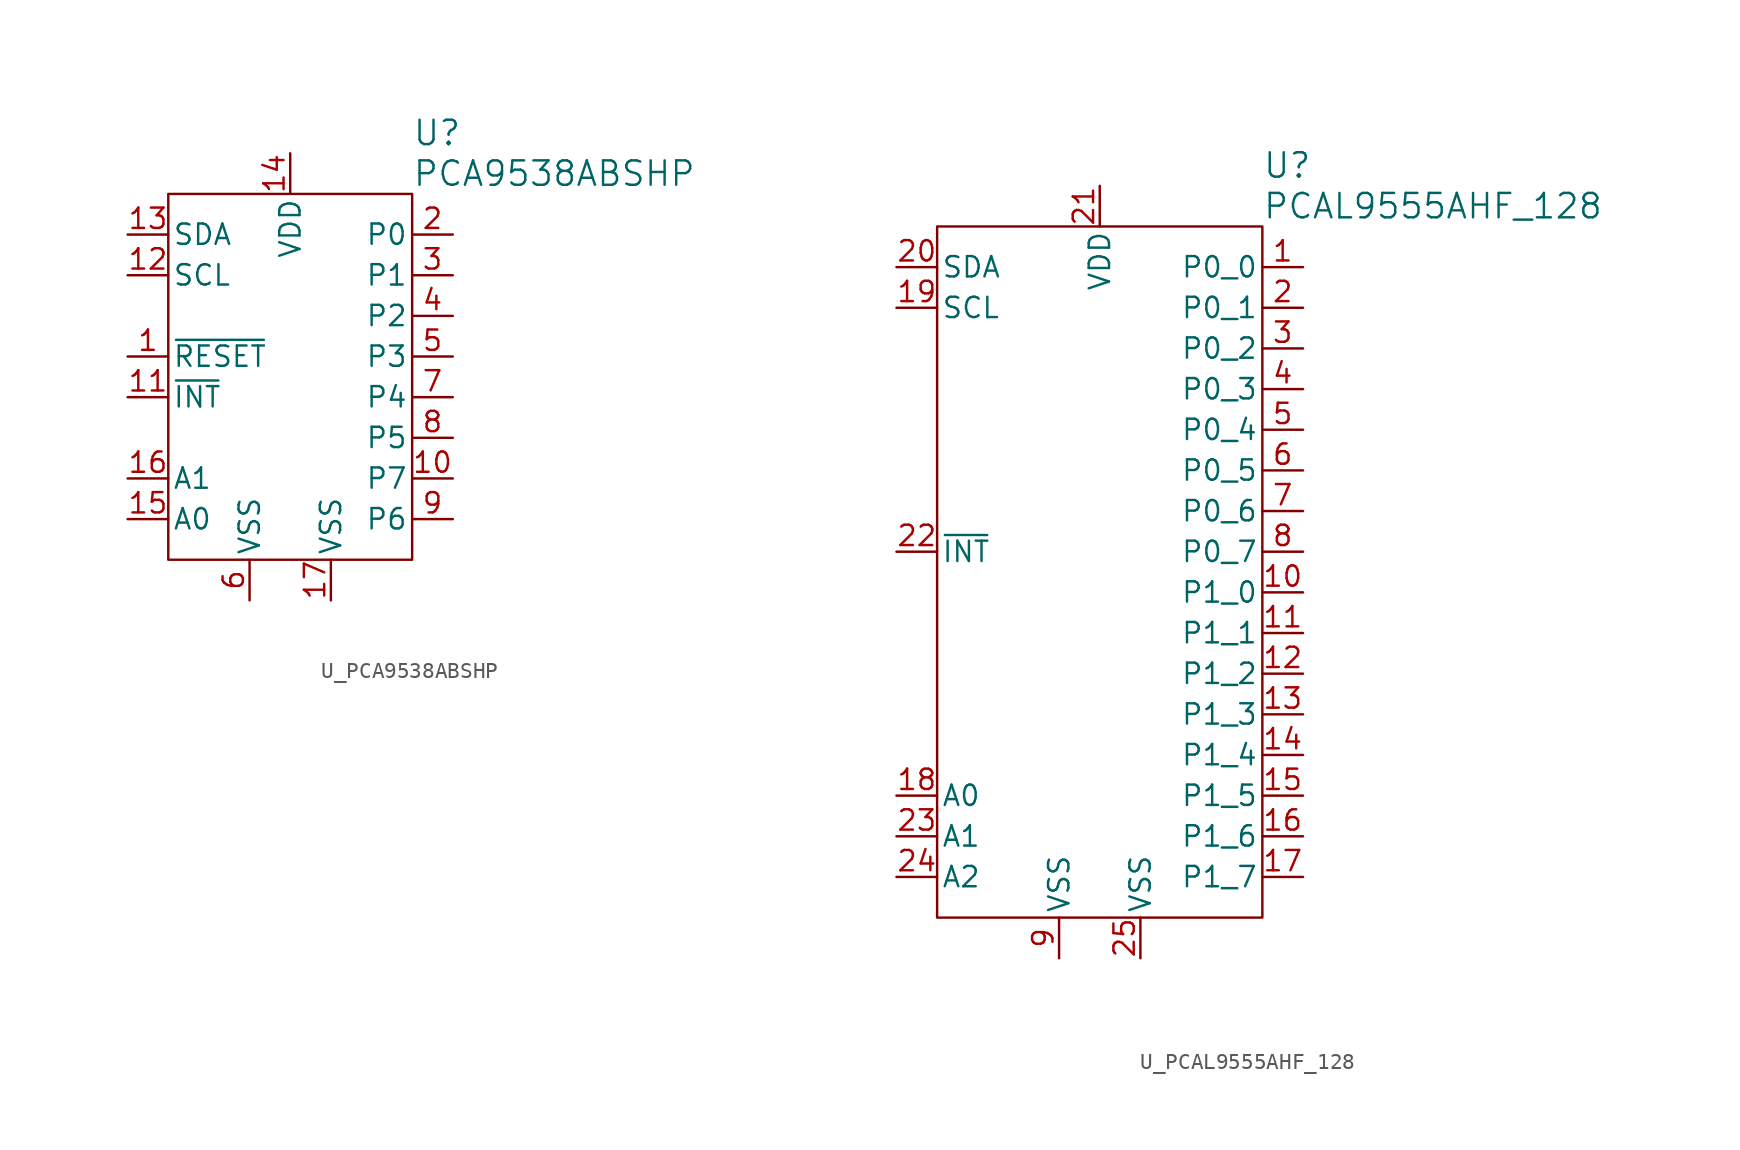
<source format=kicad_sym>
(kicad_symbol_lib
  (version 20241209)
  (generator "kicad_symbol_editor")
  (generator_version "9.0")
  (symbol "U_PCA9538ABSHP"
    (pin_names
      (offset 0.254))
    (property "Reference" "U"
      (at 7.62 15.24 0)
      (effects (font (size 1.524 1.524)) (justify left)))
    (property "Value" "PCA9538ABSHP"
      (at 7.62 12.7 0)
      (effects (font (size 1.524 1.524)) (justify left)))
    (symbol "U_PCA9538ABSHP_0_1"
      (rectangle (start -7.62 11.43) (end 7.62 -11.43) (stroke (width 0) (type default)) (fill (type none)))
      (pin bidirectional line (at -10.16 8.89 0) (length 2.54) (name "SDA" (effects (font (size 1.27 1.27)))) (number "13" (effects (font (size 1.27 1.27)))))
      (pin input line (at -10.16 6.35 0) (length 2.54) (name "SCL" (effects (font (size 1.27 1.27)))) (number "12" (effects (font (size 1.27 1.27)))))
      (pin input line (at -10.16 -6.35 0) (length 2.54) (name "A1" (effects (font (size 1.27 1.27)))) (number "16" (effects (font (size 1.27 1.27)))))
      (pin input line (at -10.16 -8.89 0) (length 2.54) (name "A0" (effects (font (size 1.27 1.27)))) (number "15" (effects (font (size 1.27 1.27)))))
      (pin power_out line (at -2.54 -13.97 90) (length 2.54) (name "VSS" (effects (font (size 1.27 1.27)))) (number "6" (effects (font (size 1.27 1.27)))))
      (pin power_in line (at 0 13.97 270) (length 2.54) (name "VDD" (effects (font (size 1.27 1.27)))) (number "14" (effects (font (size 1.27 1.27)))))
      (pin power_out line (at 2.54 -13.97 90) (length 2.54) (name "VSS" (effects (font (size 1.27 1.27)))) (number "17" (effects (font (size 1.27 1.27)))))
      (pin bidirectional line (at 10.16 8.89 180) (length 2.54) (name "P0" (effects (font (size 1.27 1.27)))) (number "2" (effects (font (size 1.27 1.27)))))
      (pin bidirectional line (at 10.16 6.35 180) (length 2.54) (name "P1" (effects (font (size 1.27 1.27)))) (number "3" (effects (font (size 1.27 1.27)))))
      (pin bidirectional line (at 10.16 3.81 180) (length 2.54) (name "P2" (effects (font (size 1.27 1.27)))) (number "4" (effects (font (size 1.27 1.27)))))
      (pin bidirectional line (at 10.16 1.27 180) (length 2.54) (name "P3" (effects (font (size 1.27 1.27)))) (number "5" (effects (font (size 1.27 1.27)))))
      (pin bidirectional line (at 10.16 -1.27 180) (length 2.54) (name "P4" (effects (font (size 1.27 1.27)))) (number "7" (effects (font (size 1.27 1.27)))))
      (pin bidirectional line (at 10.16 -3.81 180) (length 2.54) (name "P5" (effects (font (size 1.27 1.27)))) (number "8" (effects (font (size 1.27 1.27)))))
      (pin bidirectional line (at 10.16 -6.35 180) (length 2.54) (name "P7" (effects (font (size 1.27 1.27)))) (number "10" (effects (font (size 1.27 1.27)))))
      (pin bidirectional line (at 10.16 -8.89 180) (length 2.54) (name "P6" (effects (font (size 1.27 1.27)))) (number "9" (effects (font (size 1.27 1.27))))))
    (symbol "U_PCA9538ABSHP_1_1"
      (pin input line (at -10.16 1.27 0) (length 2.54) (name "~{RESET}" (effects (font (size 1.27 1.27)))) (number "1" (effects (font (size 1.27 1.27)))))
      (pin output line (at -10.16 -1.27 0) (length 2.54) (name "~{INT}" (effects (font (size 1.27 1.27)))) (number "11" (effects (font (size 1.27 1.27)))))))
  (symbol "U_PCAL9555AHF_128"
    (pin_names
      (offset 0.254))
    (property "Reference" "U"
      (at 10.16 25.4 0)
      (effects (font (size 1.524 1.524)) (justify left)))
    (property "Value" "PCAL9555AHF_128"
      (at 10.16 22.86 0)
      (effects (font (size 1.524 1.524)) (justify left)))
    (symbol "U_PCAL9555AHF_128_0_1"
      (rectangle (start -10.16 21.59) (end 10.16 -21.59) (stroke (width 0) (type default)) (fill (type none)))
      (pin bidirectional line (at -12.7 19.05 0) (length 2.54) (name "SDA" (effects (font (size 1.27 1.27)))) (number "20" (effects (font (size 1.27 1.27)))))
      (pin input line (at -12.7 16.51 0) (length 2.54) (name "SCL" (effects (font (size 1.27 1.27)))) (number "19" (effects (font (size 1.27 1.27)))))
      (pin input line (at -12.7 -13.97 0) (length 2.54) (name "A0" (effects (font (size 1.27 1.27)))) (number "18" (effects (font (size 1.27 1.27)))))
      (pin input line (at -12.7 -16.51 0) (length 2.54) (name "A1" (effects (font (size 1.27 1.27)))) (number "23" (effects (font (size 1.27 1.27)))))
      (pin input line (at -12.7 -19.05 0) (length 2.54) (name "A2" (effects (font (size 1.27 1.27)))) (number "24" (effects (font (size 1.27 1.27)))))
      (pin power_in line (at 0 24.13 270) (length 2.54) (name "VDD" (effects (font (size 1.27 1.27)))) (number "21" (effects (font (size 1.27 1.27)))))
      (pin bidirectional line (at 12.7 19.05 180) (length 2.54) (name "P0_0" (effects (font (size 1.27 1.27)))) (number "1" (effects (font (size 1.27 1.27)))))
      (pin bidirectional line (at 12.7 16.51 180) (length 2.54) (name "P0_1" (effects (font (size 1.27 1.27)))) (number "2" (effects (font (size 1.27 1.27)))))
      (pin bidirectional line (at 12.7 13.97 180) (length 2.54) (name "P0_2" (effects (font (size 1.27 1.27)))) (number "3" (effects (font (size 1.27 1.27)))))
      (pin bidirectional line (at 12.7 11.43 180) (length 2.54) (name "P0_3" (effects (font (size 1.27 1.27)))) (number "4" (effects (font (size 1.27 1.27)))))
      (pin bidirectional line (at 12.7 8.89 180) (length 2.54) (name "P0_4" (effects (font (size 1.27 1.27)))) (number "5" (effects (font (size 1.27 1.27)))))
      (pin bidirectional line (at 12.7 6.35 180) (length 2.54) (name "P0_5" (effects (font (size 1.27 1.27)))) (number "6" (effects (font (size 1.27 1.27)))))
      (pin bidirectional line (at 12.7 3.81 180) (length 2.54) (name "P0_6" (effects (font (size 1.27 1.27)))) (number "7" (effects (font (size 1.27 1.27)))))
      (pin bidirectional line (at 12.7 1.27 180) (length 2.54) (name "P0_7" (effects (font (size 1.27 1.27)))) (number "8" (effects (font (size 1.27 1.27)))))
      (pin bidirectional line (at 12.7 -1.27 180) (length 2.54) (name "P1_0" (effects (font (size 1.27 1.27)))) (number "10" (effects (font (size 1.27 1.27)))))
      (pin bidirectional line (at 12.7 -3.81 180) (length 2.54) (name "P1_1" (effects (font (size 1.27 1.27)))) (number "11" (effects (font (size 1.27 1.27)))))
      (pin bidirectional line (at 12.7 -6.35 180) (length 2.54) (name "P1_2" (effects (font (size 1.27 1.27)))) (number "12" (effects (font (size 1.27 1.27)))))
      (pin bidirectional line (at 12.7 -8.89 180) (length 2.54) (name "P1_3" (effects (font (size 1.27 1.27)))) (number "13" (effects (font (size 1.27 1.27)))))
      (pin bidirectional line (at 12.7 -11.43 180) (length 2.54) (name "P1_4" (effects (font (size 1.27 1.27)))) (number "14" (effects (font (size 1.27 1.27)))))
      (pin bidirectional line (at 12.7 -16.51 180) (length 2.54) (name "P1_6" (effects (font (size 1.27 1.27)))) (number "16" (effects (font (size 1.27 1.27)))))
      (pin bidirectional line (at 12.7 -19.05 180) (length 2.54) (name "P1_7" (effects (font (size 1.27 1.27)))) (number "17" (effects (font (size 1.27 1.27))))))
    (symbol "U_PCAL9555AHF_128_1_1"
      (pin output line (at -12.7 1.27 0) (length 2.54) (name "~{INT}" (effects (font (size 1.27 1.27)))) (number "22" (effects (font (size 1.27 1.27)))))
      (pin power_in line (at -2.54 -24.13 90) (length 2.54) (name "VSS" (effects (font (size 1.27 1.27)))) (number "9" (effects (font (size 1.27 1.27)))))
      (pin power_in line (at 2.54 -24.13 90) (length 2.54) (name "VSS" (effects (font (size 1.27 1.27)))) (number "25" (effects (font (size 1.27 1.27)))))
      (pin bidirectional line (at 12.7 -13.97 180) (length 2.54) (name "P1_5" (effects (font (size 1.27 1.27)))) (number "15" (effects (font (size 1.27 1.27))))))))
</source>
